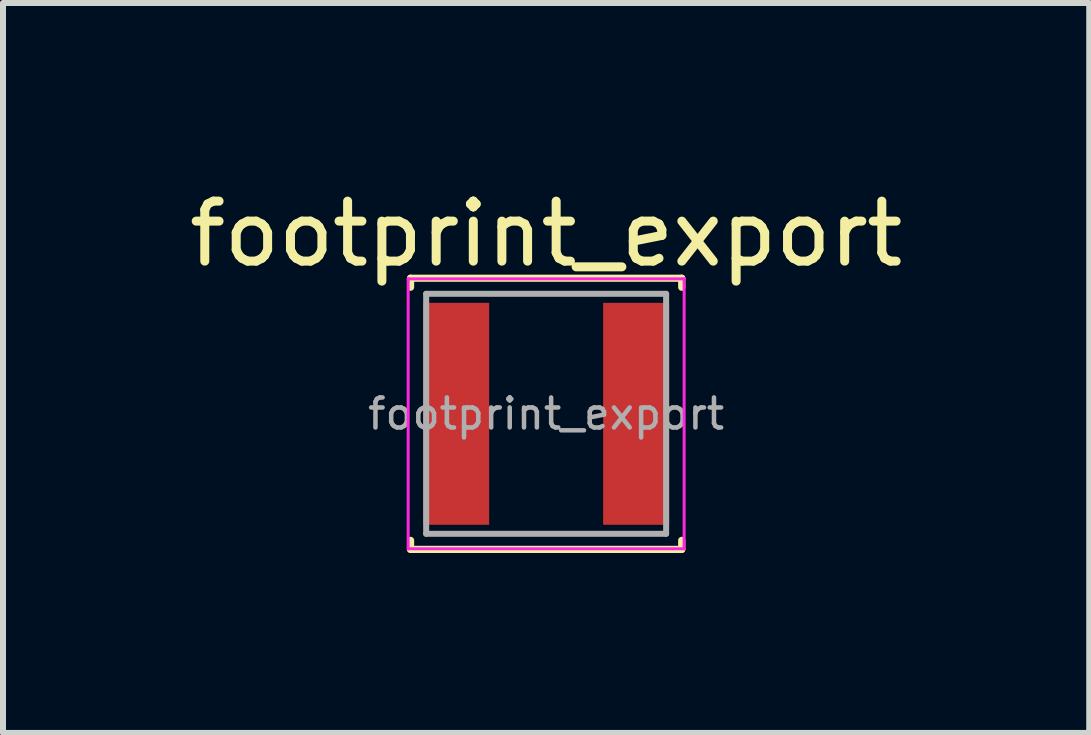
<source format=kicad_pcb>
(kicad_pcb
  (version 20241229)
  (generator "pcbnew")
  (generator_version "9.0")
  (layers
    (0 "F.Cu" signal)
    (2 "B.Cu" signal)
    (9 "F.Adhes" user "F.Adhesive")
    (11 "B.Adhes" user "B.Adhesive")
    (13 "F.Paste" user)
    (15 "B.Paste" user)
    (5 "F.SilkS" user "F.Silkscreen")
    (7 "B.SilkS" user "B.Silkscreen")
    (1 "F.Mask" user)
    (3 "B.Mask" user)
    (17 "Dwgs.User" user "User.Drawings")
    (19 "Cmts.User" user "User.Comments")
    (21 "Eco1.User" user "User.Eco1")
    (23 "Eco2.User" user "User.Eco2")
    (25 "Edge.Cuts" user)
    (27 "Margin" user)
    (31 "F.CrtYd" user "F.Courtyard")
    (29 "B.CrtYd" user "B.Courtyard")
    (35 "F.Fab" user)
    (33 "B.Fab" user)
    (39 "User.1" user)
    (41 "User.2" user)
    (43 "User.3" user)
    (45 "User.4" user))
  (footprint "footprint_export"
    (layer "F.Cu")
    (at 6.054 3.848)
    (property "Reference" "footprint_export" (at 0 -3 0) (layer "F.SilkS") (effects (font (size 1 1) (thickness 0.15))))
    (attr smd)
    (fp_line (start -2.26 -2.26) (end -2.26 -2.11) (stroke (width 0.12) (type solid)) (layer "F.SilkS"))
    (fp_line (start -2.26 -2.26) (end 2.26 -2.26) (stroke (width 0.12) (type solid)) (layer "F.SilkS"))
    (fp_line (start -2.26 2.26) (end -2.26 2.11) (stroke (width 0.12) (type solid)) (layer "F.SilkS"))
    (fp_line (start -2.26 2.26) (end 2.26 2.26) (stroke (width 0.12) (type solid)) (layer "F.SilkS"))
    (fp_line (start 2.26 -2.26) (end 2.26 -2.11) (stroke (width 0.12) (type solid)) (layer "F.SilkS"))
    (fp_line (start 2.26 2.26) (end 2.26 2.11) (stroke (width 0.12) (type solid)) (layer "F.SilkS"))
    (fp_line (start -2.3 -2.25) (end -2.3 2.25) (stroke (width 0.05) (type solid)) (layer "F.CrtYd"))
    (fp_line (start -2.3 2.25) (end 2.3 2.25) (stroke (width 0.05) (type solid)) (layer "F.CrtYd"))
    (fp_line (start 2.3 -2.25) (end -2.3 -2.25) (stroke (width 0.05) (type solid)) (layer "F.CrtYd"))
    (fp_line (start 2.3 2.25) (end 2.3 -2.25) (stroke (width 0.05) (type solid)) (layer "F.CrtYd"))
    (fp_line (start -2 -2) (end -2 2) (stroke (width 0.1) (type solid)) (layer "F.Fab"))
    (fp_line (start -2 2) (end 2 2) (stroke (width 0.1) (type solid)) (layer "F.Fab"))
    (fp_line (start 2 -2) (end -2 -2) (stroke (width 0.1) (type solid)) (layer "F.Fab"))
    (fp_line (start 2 2) (end 2 -2) (stroke (width 0.1) (type solid)) (layer "F.Fab"))
    (fp_text user "${REFERENCE}" (at 0 0 0) (layer "F.Fab") (effects (font (size 0.5 0.5) (thickness 0.075))))
    (pad "1" smd rect (at -1.5 0) (size 1.1 3.7) (layers "F.Cu" "F.Mask" "F.Paste"))
    (pad "2" smd rect (at 1.5 0) (size 1.1 3.7) (layers "F.Cu" "F.Mask" "F.Paste")))
  (gr_rect
    (start -3 -3)
    (end 15.107 9.168)
    (stroke (width 0.1) (type default))
    (fill no)
    (layer "Edge.Cuts")))
</source>
